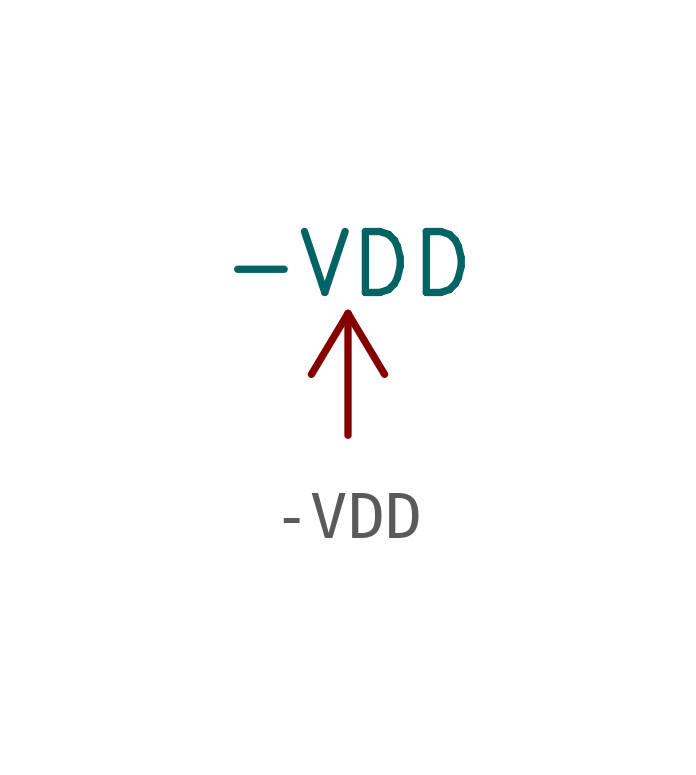
<source format=kicad_sym>
(kicad_symbol_lib
  (version 20211014)
  (generator kicad_symbol_editor)
  (symbol "-VDD"
    (power)
    (pin_names
      (offset 0))
    (property "Reference" "#PWR"
      (at 0 -3.81 0)
      (effects (font (size 1.27 1.27)) hide))
    (property "Value" "-VDD"
      (at 0 3.556 0)
      (effects (font (size 1.27 1.27))))
    (symbol "-VDD_0_1"
      (polyline (pts (xy -0.762 1.27) (xy 0 2.54)) (stroke (width 0) (type default) (color 0 0 0 0)) (fill (type none)))
      (polyline (pts (xy 0 0) (xy 0 2.54)) (stroke (width 0) (type default) (color 0 0 0 0)) (fill (type none)))
      (polyline (pts (xy 0 2.54) (xy 0.762 1.27)) (stroke (width 0) (type default) (color 0 0 0 0)) (fill (type none))))
    (symbol "-VDD_1_1"
      (pin power_in line (at 0 0 90) (length 0) hide (name "-VDD" (effects (font (size 1.27 1.27)))) (number "1" (effects (font (size 1.27 1.27))))))))
</source>
